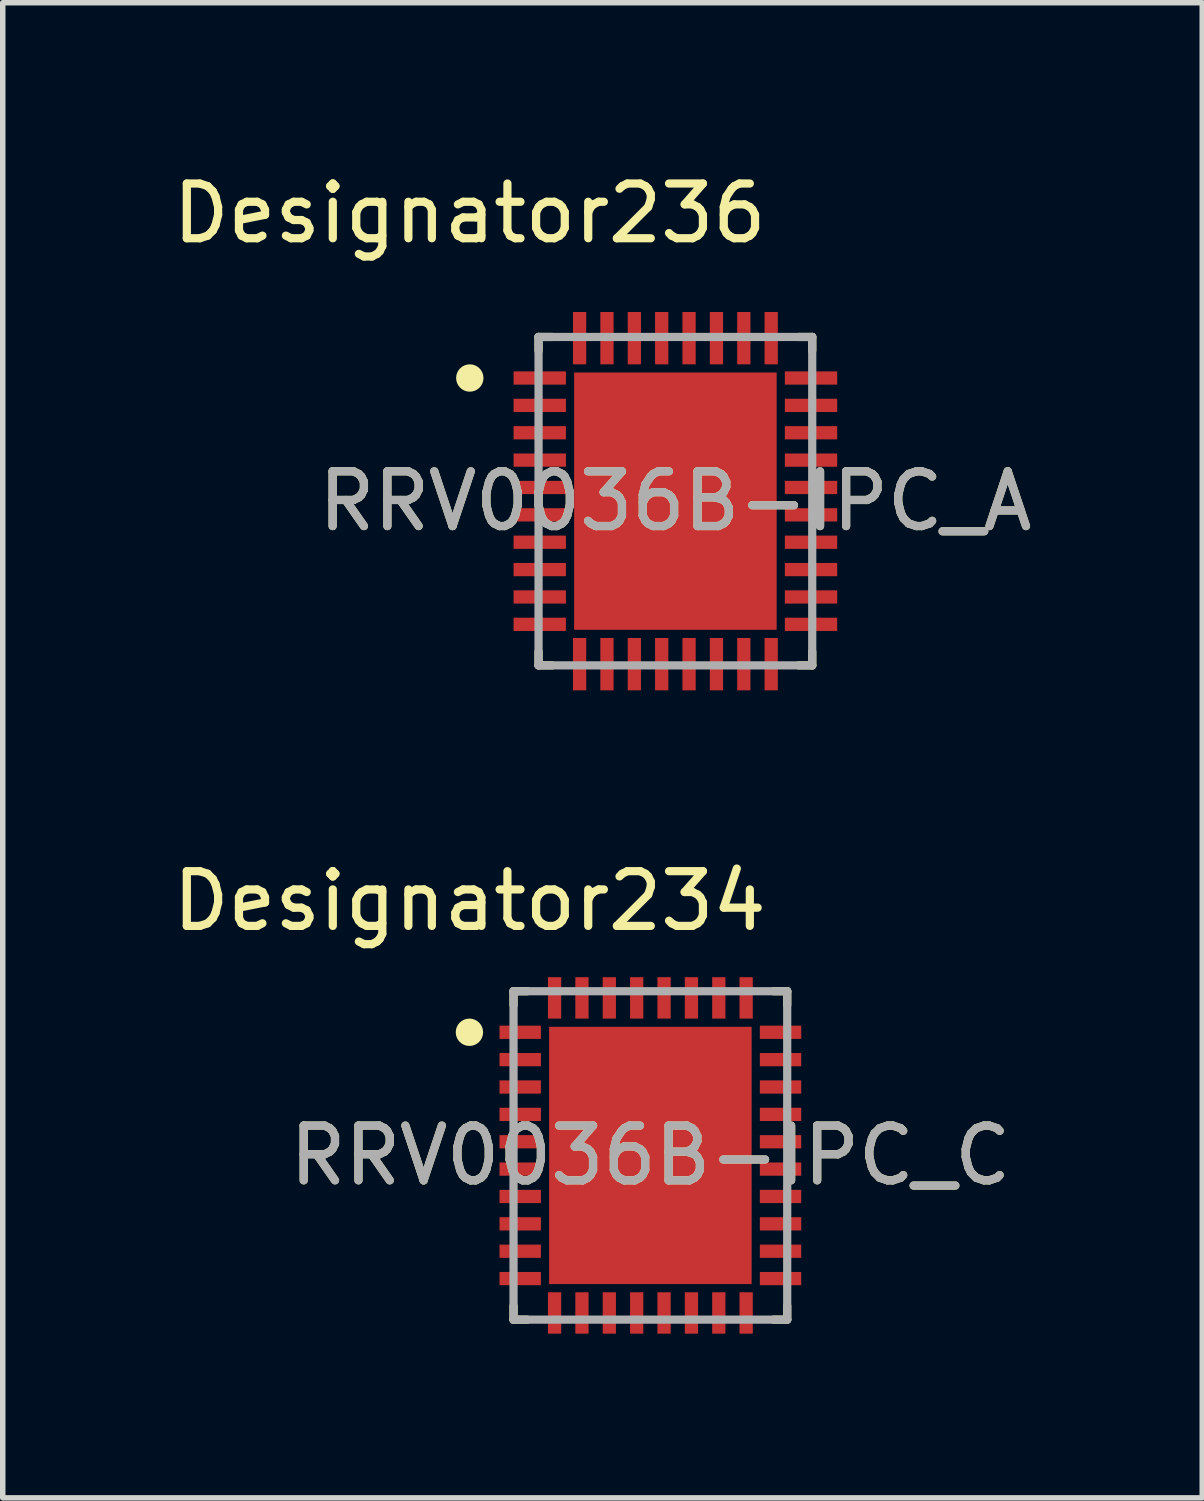
<source format=kicad_pcb>
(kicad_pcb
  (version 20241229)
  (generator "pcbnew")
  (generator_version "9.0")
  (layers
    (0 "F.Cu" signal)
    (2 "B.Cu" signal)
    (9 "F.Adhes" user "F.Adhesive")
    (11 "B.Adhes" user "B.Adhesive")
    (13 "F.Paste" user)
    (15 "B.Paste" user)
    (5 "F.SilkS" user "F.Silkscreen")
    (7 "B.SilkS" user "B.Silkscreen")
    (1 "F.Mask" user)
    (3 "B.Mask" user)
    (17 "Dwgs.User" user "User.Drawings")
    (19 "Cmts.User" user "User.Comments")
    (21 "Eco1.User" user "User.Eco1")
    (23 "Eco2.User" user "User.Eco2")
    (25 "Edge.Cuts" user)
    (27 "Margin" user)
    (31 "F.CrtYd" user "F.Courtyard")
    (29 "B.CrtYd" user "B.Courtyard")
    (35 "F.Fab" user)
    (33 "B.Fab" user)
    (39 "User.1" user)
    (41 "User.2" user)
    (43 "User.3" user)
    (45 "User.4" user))
  (footprint "RRV0036B-IPC_A"
    (layer "F.Cu")
    (at 9.289 6.106)
    (property "Reference" "RRV0036B-IPC_A" (at 0 0 0) (unlocked yes) (layer "F.SilkS") (effects (font (size 1 1) (thickness 0.15))))
    (attr smd)
    (fp_line (start -2.5 -3) (end -2.25 -3) (stroke (width 0.15) (type solid)) (layer "F.SilkS"))
    (fp_line (start -2.5 -2.75) (end -2.5 -3) (stroke (width 0.15) (type solid)) (layer "F.SilkS"))
    (fp_line (start -2.5 3) (end -2.5 2.75) (stroke (width 0.15) (type solid)) (layer "F.SilkS"))
    (fp_line (start -2.5 3) (end -2.25 3) (stroke (width 0.15) (type solid)) (layer "F.SilkS"))
    (fp_line (start 2.25 -3) (end 2.5 -3) (stroke (width 0.15) (type solid)) (layer "F.SilkS"))
    (fp_line (start 2.25 3) (end 2.5 3) (stroke (width 0.15) (type solid)) (layer "F.SilkS"))
    (fp_line (start 2.5 -2.75) (end 2.5 -3) (stroke (width 0.15) (type solid)) (layer "F.SilkS"))
    (fp_line (start 2.5 3) (end 2.5 2.75) (stroke (width 0.15) (type solid)) (layer "F.SilkS"))
    (fp_circle (center -3.756 -2.25) (end -3.631 -2.25) (stroke (width 0.25) (type solid)) (fill no) (layer "F.SilkS"))
    (fp_poly (pts (xy -1.271 -0.289) (xy 1.271 -0.289) (xy 1.271 -1.771) (xy -1.271 -1.771)) (stroke (width 0) (type solid)) (fill yes) (layer "F.Paste"))
    (fp_poly (pts (xy -1.271 1.771) (xy 1.271 1.771) (xy 1.271 0.289) (xy -1.271 0.289)) (stroke (width 0) (type solid)) (fill yes) (layer "F.Paste"))
    (fp_line (start -2.5 -3) (end 2.5 -3) (stroke (width 0.15) (type solid)) (layer "F.Fab"))
    (fp_line (start -2.5 3) (end -2.5 -3) (stroke (width 0.15) (type solid)) (layer "F.Fab"))
    (fp_line (start -2.5 3) (end 2.5 3) (stroke (width 0.15) (type solid)) (layer "F.Fab"))
    (fp_line (start 2.5 3) (end 2.5 -3) (stroke (width 0.15) (type solid)) (layer "F.Fab"))
    (fp_text user "Designator236" (at -3.759 -5.258 0) (unlocked yes) (layer "F.SilkS") (effects (font (size 1 1) (thickness 0.15))))
    (fp_text user "${REFERENCE}" (at 0 0 0) (unlocked yes) (layer "F.Fab") (effects (font (size 1 1) (thickness 0.15))))
    (pad "1" smd rect (at -2.478 -2.25 90) (size 0.242 0.956) (layers "F.Cu" "F.Mask" "F.Paste"))
    (pad "2" smd rect (at -2.478 -1.75 90) (size 0.242 0.956) (layers "F.Cu" "F.Mask" "F.Paste"))
    (pad "3" smd rect (at -2.478 -1.25 90) (size 0.242 0.956) (layers "F.Cu" "F.Mask" "F.Paste"))
    (pad "4" smd rect (at -2.478 -0.75 90) (size 0.242 0.956) (layers "F.Cu" "F.Mask" "F.Paste"))
    (pad "5" smd rect (at -2.478 -0.25 90) (size 0.242 0.956) (layers "F.Cu" "F.Mask" "F.Paste"))
    (pad "6" smd rect (at -2.478 0.25 90) (size 0.242 0.956) (layers "F.Cu" "F.Mask" "F.Paste"))
    (pad "7" smd rect (at -2.478 0.75 90) (size 0.242 0.956) (layers "F.Cu" "F.Mask" "F.Paste"))
    (pad "8" smd rect (at -2.478 1.25 90) (size 0.242 0.956) (layers "F.Cu" "F.Mask" "F.Paste"))
    (pad "9" smd rect (at -2.478 1.75 90) (size 0.242 0.956) (layers "F.Cu" "F.Mask" "F.Paste"))
    (pad "10" smd rect (at -2.478 2.25 90) (size 0.242 0.956) (layers "F.Cu" "F.Mask" "F.Paste"))
    (pad "11" smd rect (at -1.75 2.978) (size 0.242 0.956) (layers "F.Cu" "F.Mask" "F.Paste"))
    (pad "12" smd rect (at -1.25 2.978) (size 0.242 0.956) (layers "F.Cu" "F.Mask" "F.Paste"))
    (pad "13" smd rect (at -0.75 2.978) (size 0.242 0.956) (layers "F.Cu" "F.Mask" "F.Paste"))
    (pad "14" smd rect (at -0.25 2.978) (size 0.242 0.956) (layers "F.Cu" "F.Mask" "F.Paste"))
    (pad "15" smd rect (at 0.25 2.978) (size 0.242 0.956) (layers "F.Cu" "F.Mask" "F.Paste"))
    (pad "16" smd rect (at 0.75 2.978) (size 0.242 0.956) (layers "F.Cu" "F.Mask" "F.Paste"))
    (pad "17" smd rect (at 1.25 2.978) (size 0.242 0.956) (layers "F.Cu" "F.Mask" "F.Paste"))
    (pad "18" smd rect (at 1.75 2.978) (size 0.242 0.956) (layers "F.Cu" "F.Mask" "F.Paste"))
    (pad "19" smd rect (at 2.478 2.25 90) (size 0.242 0.956) (layers "F.Cu" "F.Mask" "F.Paste"))
    (pad "20" smd rect (at 2.478 1.75 90) (size 0.242 0.956) (layers "F.Cu" "F.Mask" "F.Paste"))
    (pad "21" smd rect (at 2.478 1.25 90) (size 0.242 0.956) (layers "F.Cu" "F.Mask" "F.Paste"))
    (pad "22" smd rect (at 2.478 0.75 90) (size 0.242 0.956) (layers "F.Cu" "F.Mask" "F.Paste"))
    (pad "23" smd rect (at 2.478 0.25 90) (size 0.242 0.956) (layers "F.Cu" "F.Mask" "F.Paste"))
    (pad "24" smd rect (at 2.478 -0.25 90) (size 0.242 0.956) (layers "F.Cu" "F.Mask" "F.Paste"))
    (pad "25" smd rect (at 2.478 -0.75 90) (size 0.242 0.956) (layers "F.Cu" "F.Mask" "F.Paste"))
    (pad "26" smd rect (at 2.478 -1.25 90) (size 0.242 0.956) (layers "F.Cu" "F.Mask" "F.Paste"))
    (pad "27" smd rect (at 2.478 -1.75 90) (size 0.242 0.956) (layers "F.Cu" "F.Mask" "F.Paste"))
    (pad "28" smd rect (at 2.478 -2.25 90) (size 0.242 0.956) (layers "F.Cu" "F.Mask" "F.Paste"))
    (pad "29" smd rect (at 1.75 -2.978) (size 0.242 0.956) (layers "F.Cu" "F.Mask" "F.Paste"))
    (pad "30" smd rect (at 1.25 -2.978) (size 0.242 0.956) (layers "F.Cu" "F.Mask" "F.Paste"))
    (pad "31" smd rect (at 0.75 -2.978) (size 0.242 0.956) (layers "F.Cu" "F.Mask" "F.Paste"))
    (pad "32" smd rect (at 0.25 -2.978) (size 0.242 0.956) (layers "F.Cu" "F.Mask" "F.Paste"))
    (pad "33" smd rect (at -0.25 -2.978) (size 0.242 0.956) (layers "F.Cu" "F.Mask" "F.Paste"))
    (pad "34" smd rect (at -0.75 -2.978) (size 0.242 0.956) (layers "F.Cu" "F.Mask" "F.Paste"))
    (pad "35" smd rect (at -1.25 -2.978) (size 0.242 0.956) (layers "F.Cu" "F.Mask" "F.Paste"))
    (pad "36" smd rect (at -1.75 -2.978) (size 0.242 0.956) (layers "F.Cu" "F.Mask" "F.Paste"))
    (pad "37" smd rect (at 0 0) (size 3.7 4.7) (layers "F.Cu" "F.Mask")))
  (footprint "RRV0036B-IPC_C"
    (layer "F.Cu")
    (at 8.832 18.059)
    (property "Reference" "RRV0036B-IPC_C" (at 0 0 0) (unlocked yes) (layer "F.SilkS") (effects (font (size 1 1) (thickness 0.15))))
    (attr smd)
    (fp_line (start -2.5 -3) (end -2.25 -3) (stroke (width 0.15) (type solid)) (layer "F.SilkS"))
    (fp_line (start -2.5 -2.75) (end -2.5 -3) (stroke (width 0.15) (type solid)) (layer "F.SilkS"))
    (fp_line (start -2.5 3) (end -2.5 2.75) (stroke (width 0.15) (type solid)) (layer "F.SilkS"))
    (fp_line (start -2.5 3) (end -2.25 3) (stroke (width 0.15) (type solid)) (layer "F.SilkS"))
    (fp_line (start 2.25 -3) (end 2.5 -3) (stroke (width 0.15) (type solid)) (layer "F.SilkS"))
    (fp_line (start 2.25 3) (end 2.5 3) (stroke (width 0.15) (type solid)) (layer "F.SilkS"))
    (fp_line (start 2.5 -2.75) (end 2.5 -3) (stroke (width 0.15) (type solid)) (layer "F.SilkS"))
    (fp_line (start 2.5 3) (end 2.5 2.75) (stroke (width 0.15) (type solid)) (layer "F.SilkS"))
    (fp_circle (center -3.306 -2.25) (end -3.181 -2.25) (stroke (width 0.25) (type solid)) (fill no) (layer "F.SilkS"))
    (fp_poly (pts (xy -1.271 -0.289) (xy 1.271 -0.289) (xy 1.271 -1.771) (xy -1.271 -1.771)) (stroke (width 0) (type solid)) (fill yes) (layer "F.Paste"))
    (fp_poly (pts (xy -1.271 1.771) (xy 1.271 1.771) (xy 1.271 0.289) (xy -1.271 0.289)) (stroke (width 0) (type solid)) (fill yes) (layer "F.Paste"))
    (fp_line (start -2.5 -3) (end 2.5 -3) (stroke (width 0.15) (type solid)) (layer "F.Fab"))
    (fp_line (start -2.5 3) (end -2.5 -3) (stroke (width 0.15) (type solid)) (layer "F.Fab"))
    (fp_line (start -2.5 3) (end 2.5 3) (stroke (width 0.15) (type solid)) (layer "F.Fab"))
    (fp_line (start 2.5 3) (end 2.5 -3) (stroke (width 0.15) (type solid)) (layer "F.Fab"))
    (fp_text user "Designator234" (at -3.302 -4.648 0) (unlocked yes) (layer "F.SilkS") (effects (font (size 1 1) (thickness 0.15))))
    (fp_text user "${REFERENCE}" (at 0 0 0) (unlocked yes) (layer "F.Fab") (effects (font (size 1 1) (thickness 0.15))))
    (pad "1" smd rect (at -2.378 -2.25 90) (size 0.242 0.756) (layers "F.Cu" "F.Mask" "F.Paste"))
    (pad "2" smd rect (at -2.378 -1.75 90) (size 0.242 0.756) (layers "F.Cu" "F.Mask" "F.Paste"))
    (pad "3" smd rect (at -2.378 -1.25 90) (size 0.242 0.756) (layers "F.Cu" "F.Mask" "F.Paste"))
    (pad "4" smd rect (at -2.378 -0.75 90) (size 0.242 0.756) (layers "F.Cu" "F.Mask" "F.Paste"))
    (pad "5" smd rect (at -2.378 -0.25 90) (size 0.242 0.756) (layers "F.Cu" "F.Mask" "F.Paste"))
    (pad "6" smd rect (at -2.378 0.25 90) (size 0.242 0.756) (layers "F.Cu" "F.Mask" "F.Paste"))
    (pad "7" smd rect (at -2.378 0.75 90) (size 0.242 0.756) (layers "F.Cu" "F.Mask" "F.Paste"))
    (pad "8" smd rect (at -2.378 1.25 90) (size 0.242 0.756) (layers "F.Cu" "F.Mask" "F.Paste"))
    (pad "9" smd rect (at -2.378 1.75 90) (size 0.242 0.756) (layers "F.Cu" "F.Mask" "F.Paste"))
    (pad "10" smd rect (at -2.378 2.25 90) (size 0.242 0.756) (layers "F.Cu" "F.Mask" "F.Paste"))
    (pad "11" smd rect (at -1.75 2.878) (size 0.242 0.756) (layers "F.Cu" "F.Mask" "F.Paste"))
    (pad "12" smd rect (at -1.25 2.878) (size 0.242 0.756) (layers "F.Cu" "F.Mask" "F.Paste"))
    (pad "13" smd rect (at -0.75 2.878) (size 0.242 0.756) (layers "F.Cu" "F.Mask" "F.Paste"))
    (pad "14" smd rect (at -0.25 2.878) (size 0.242 0.756) (layers "F.Cu" "F.Mask" "F.Paste"))
    (pad "15" smd rect (at 0.25 2.878) (size 0.242 0.756) (layers "F.Cu" "F.Mask" "F.Paste"))
    (pad "16" smd rect (at 0.75 2.878) (size 0.242 0.756) (layers "F.Cu" "F.Mask" "F.Paste"))
    (pad "17" smd rect (at 1.25 2.878) (size 0.242 0.756) (layers "F.Cu" "F.Mask" "F.Paste"))
    (pad "18" smd rect (at 1.75 2.878) (size 0.242 0.756) (layers "F.Cu" "F.Mask" "F.Paste"))
    (pad "19" smd rect (at 2.378 2.25 90) (size 0.242 0.756) (layers "F.Cu" "F.Mask" "F.Paste"))
    (pad "20" smd rect (at 2.378 1.75 90) (size 0.242 0.756) (layers "F.Cu" "F.Mask" "F.Paste"))
    (pad "21" smd rect (at 2.378 1.25 90) (size 0.242 0.756) (layers "F.Cu" "F.Mask" "F.Paste"))
    (pad "22" smd rect (at 2.378 0.75 90) (size 0.242 0.756) (layers "F.Cu" "F.Mask" "F.Paste"))
    (pad "23" smd rect (at 2.378 0.25 90) (size 0.242 0.756) (layers "F.Cu" "F.Mask" "F.Paste"))
    (pad "24" smd rect (at 2.378 -0.25 90) (size 0.242 0.756) (layers "F.Cu" "F.Mask" "F.Paste"))
    (pad "25" smd rect (at 2.378 -0.75 90) (size 0.242 0.756) (layers "F.Cu" "F.Mask" "F.Paste"))
    (pad "26" smd rect (at 2.378 -1.25 90) (size 0.242 0.756) (layers "F.Cu" "F.Mask" "F.Paste"))
    (pad "27" smd rect (at 2.378 -1.75 90) (size 0.242 0.756) (layers "F.Cu" "F.Mask" "F.Paste"))
    (pad "28" smd rect (at 2.378 -2.25 90) (size 0.242 0.756) (layers "F.Cu" "F.Mask" "F.Paste"))
    (pad "29" smd rect (at 1.75 -2.878) (size 0.242 0.756) (layers "F.Cu" "F.Mask" "F.Paste"))
    (pad "30" smd rect (at 1.25 -2.878) (size 0.242 0.756) (layers "F.Cu" "F.Mask" "F.Paste"))
    (pad "31" smd rect (at 0.75 -2.878) (size 0.242 0.756) (layers "F.Cu" "F.Mask" "F.Paste"))
    (pad "32" smd rect (at 0.25 -2.878) (size 0.242 0.756) (layers "F.Cu" "F.Mask" "F.Paste"))
    (pad "33" smd rect (at -0.25 -2.878) (size 0.242 0.756) (layers "F.Cu" "F.Mask" "F.Paste"))
    (pad "34" smd rect (at -0.75 -2.878) (size 0.242 0.756) (layers "F.Cu" "F.Mask" "F.Paste"))
    (pad "35" smd rect (at -1.25 -2.878) (size 0.242 0.756) (layers "F.Cu" "F.Mask" "F.Paste"))
    (pad "36" smd rect (at -1.75 -2.878) (size 0.242 0.756) (layers "F.Cu" "F.Mask" "F.Paste"))
    (pad "37" smd rect (at 0 0) (size 3.7 4.7) (layers "F.Cu" "F.Mask")))
  (gr_rect
    (start -3 -3)
    (end 18.914 24.315)
    (stroke (width 0.1) (type default))
    (fill no)
    (layer "Edge.Cuts")))
</source>
